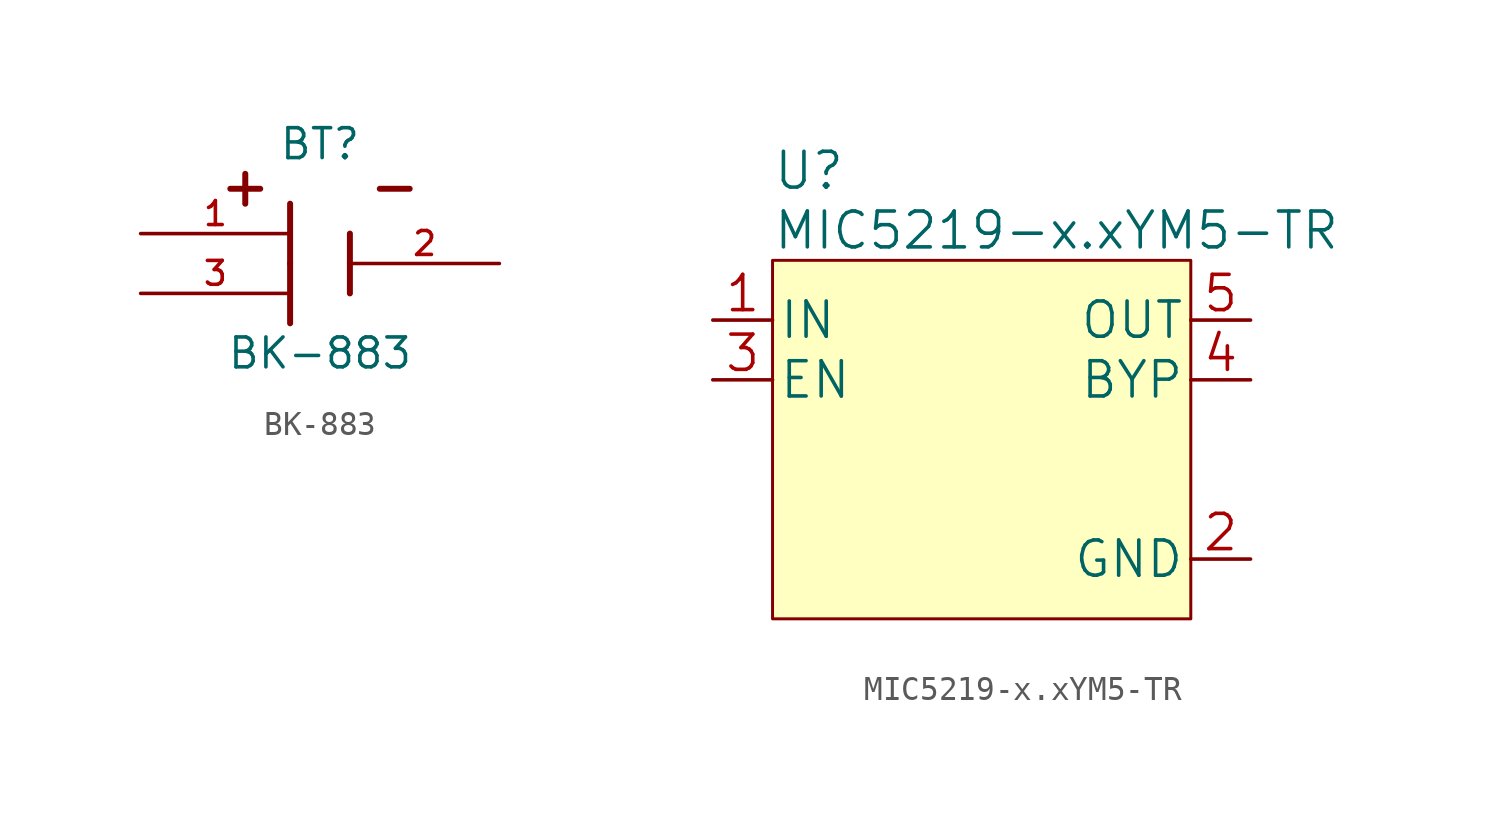
<source format=kicad_sym>
(kicad_symbol_lib
  (version 20211014)
  (generator kicad_symbol_editor)
  (symbol "BK-883"
    (pin_names
      (offset 1.016) hide)
    (property "Reference" "BT"
      (at 0 5.08 0)
      (effects (font (size 1.27 1.27))))
    (property "Value" "BK-883"
      (at 0 -3.81 0)
      (effects (font (size 1.27 1.27))))
    (symbol "BK-883_0_0"
      (polyline (pts (xy -3.81 3.175) (xy -2.54 3.175)) (stroke (width 0.254) (type default) (color 0 0 0 0)) (fill (type none)))
      (polyline (pts (xy -3.175 3.81) (xy -3.175 2.54)) (stroke (width 0.254) (type default) (color 0 0 0 0)) (fill (type none)))
      (polyline (pts (xy -1.27 0) (xy -1.27 -2.54)) (stroke (width 0.254) (type default) (color 0 0 0 0)) (fill (type none)))
      (polyline (pts (xy -1.27 2.54) (xy -1.27 0)) (stroke (width 0.254) (type default) (color 0 0 0 0)) (fill (type none)))
      (polyline (pts (xy 1.27 0) (xy 1.27 -1.27)) (stroke (width 0.254) (type default) (color 0 0 0 0)) (fill (type none)))
      (polyline (pts (xy 1.27 1.27) (xy 1.27 0)) (stroke (width 0.254) (type default) (color 0 0 0 0)) (fill (type none)))
      (polyline (pts (xy 3.81 3.175) (xy 2.54 3.175)) (stroke (width 0.254) (type default) (color 0 0 0 0)) (fill (type none)))
      (pin passive line (at -7.62 1.27 0) (length 6.35) (name "VCC" (effects (font (size 1.016 1.016)))) (number "1" (effects (font (size 1.016 1.016)))))
      (pin passive line (at 7.62 0 180) (length 6.35) (name "GND" (effects (font (size 1.016 1.016)))) (number "2" (effects (font (size 1.016 1.016))))))
    (symbol "BK-883_1_1"
      (pin passive line (at -7.62 -1.27 0) (length 6.35) (name "VCC" (effects (font (size 1.016 1.016)))) (number "3" (effects (font (size 1.016 1.016)))))))
  (symbol "MIC5219-x.xYM5-TR"
    (pin_names
      (offset 0.254))
    (property "Reference" "U"
      (at -8.89 11.43 0)
      (effects (font (size 1.524 1.524)) (justify left)))
    (property "Value" "MIC5219-x.xYM5-TR"
      (at -8.89 8.89 0)
      (effects (font (size 1.524 1.524)) (justify left)))
    (symbol "MIC5219-x.xYM5-TR_1_1"
      (rectangle (start -8.89 7.62) (end 8.89 -7.62) (stroke (width 0.127) (type default) (color 0 0 0 0)) (fill (type background)))
      (pin input line (at -11.43 5.08 0) (length 2.54) (name "IN" (effects (font (size 1.499 1.499)))) (number "1" (effects (font (size 1.499 1.499)))))
      (pin power_in line (at 11.43 -5.08 180) (length 2.54) (name "GND" (effects (font (size 1.499 1.499)))) (number "2" (effects (font (size 1.499 1.499)))))
      (pin input line (at -11.43 2.54 0) (length 2.54) (name "EN" (effects (font (size 1.499 1.499)))) (number "3" (effects (font (size 1.499 1.499)))))
      (pin output line (at 11.43 2.54 180) (length 2.54) (name "BYP" (effects (font (size 1.499 1.499)))) (number "4" (effects (font (size 1.499 1.499)))))
      (pin output line (at 11.43 5.08 180) (length 2.54) (name "OUT" (effects (font (size 1.499 1.499)))) (number "5" (effects (font (size 1.499 1.499))))))))
</source>
